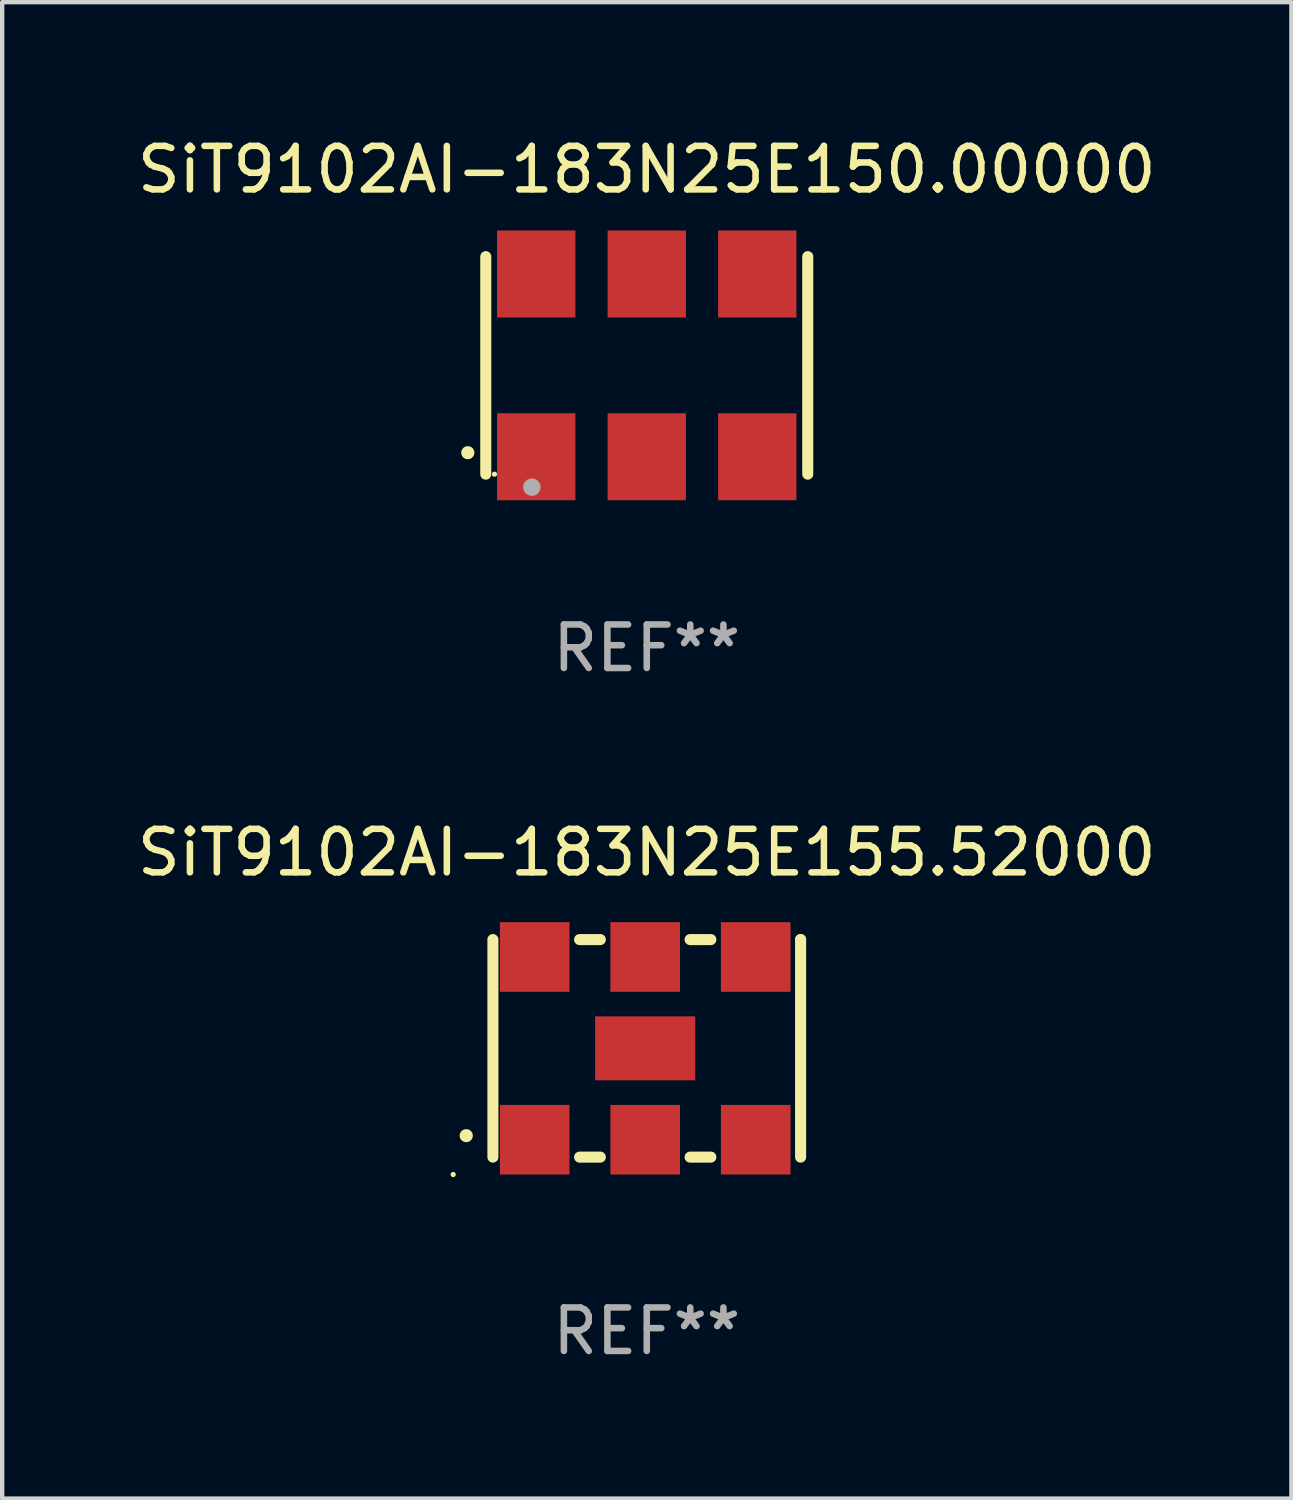
<source format=kicad_pcb>
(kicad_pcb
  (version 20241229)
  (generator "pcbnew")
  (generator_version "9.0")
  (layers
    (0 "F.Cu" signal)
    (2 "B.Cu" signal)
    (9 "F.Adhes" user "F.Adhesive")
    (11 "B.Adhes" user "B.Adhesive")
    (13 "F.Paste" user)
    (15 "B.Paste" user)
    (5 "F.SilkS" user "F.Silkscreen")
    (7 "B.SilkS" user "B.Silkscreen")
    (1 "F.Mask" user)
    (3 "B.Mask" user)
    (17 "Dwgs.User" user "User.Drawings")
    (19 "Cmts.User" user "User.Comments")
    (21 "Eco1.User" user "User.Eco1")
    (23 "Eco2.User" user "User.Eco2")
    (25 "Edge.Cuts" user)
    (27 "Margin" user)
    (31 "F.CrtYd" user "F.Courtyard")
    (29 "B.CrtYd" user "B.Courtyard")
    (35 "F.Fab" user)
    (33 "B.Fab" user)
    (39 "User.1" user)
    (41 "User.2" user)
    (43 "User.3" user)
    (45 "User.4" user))
  (footprint "SiT9102AI-183N25E155.52000"
    (layer "F.Cu")
    (at 11.815 21.045)
    (property "Reference" "SiT9102AI-183N25E155.52000" (at 0 -4.5 0) (layer "F.SilkS") (effects (font (size 1 1) (thickness 0.15))))
    (attr through_hole)
    (fp_line (start -3.536 -2.5) (end -3.536 2.5) (stroke (width 0.254) (type solid)) (layer "F.SilkS"))
    (fp_line (start -1.544 2.5) (end -1.067 2.5) (stroke (width 0.254) (type solid)) (layer "F.SilkS"))
    (fp_line (start -1.067 -2.5) (end -1.544 -2.5) (stroke (width 0.254) (type solid)) (layer "F.SilkS"))
    (fp_line (start 0.996 2.5) (end 1.473 2.5) (stroke (width 0.254) (type solid)) (layer "F.SilkS"))
    (fp_line (start 1.473 -2.5) (end 0.996 -2.5) (stroke (width 0.254) (type solid)) (layer "F.SilkS"))
    (fp_line (start 3.536 -2.5) (end 3.536 -2.5) (stroke (width 0.254) (type solid)) (layer "F.SilkS"))
    (fp_line (start 3.536 2.5) (end 3.536 -2.5) (stroke (width 0.254) (type solid)) (layer "F.SilkS"))
    (fp_arc (start -4.150432 2.006604) (mid -4.149162 2.006599) (end -4.147892 2.006604) (stroke (width 0.3) (type solid)) (layer "F.SilkS"))
    (fp_circle (center -4.449 2.9) (end -4.419 2.9) (stroke (width 0.06) (type solid)) (fill no) (layer "F.SilkS"))
    (fp_text user "REF**" (at 0 6.5 0) (layer "F.Fab") (effects (font (size 1 1) (thickness 0.15))))
    (pad "1" smd rect (at -2.576 2.1) (size 1.6 1.6) (layers "F.Cu" "F.Mask" "F.Paste"))
    (pad "2" smd rect (at -0.036 2.1) (size 1.6 1.6) (layers "F.Cu" "F.Mask" "F.Paste"))
    (pad "3" smd rect (at 2.504 2.1) (size 1.6 1.6) (layers "F.Cu" "F.Mask" "F.Paste"))
    (pad "4" smd rect (at 2.504 -2.1) (size 1.6 1.6) (layers "F.Cu" "F.Mask" "F.Paste"))
    (pad "5" smd rect (at -0.036 -2.1) (size 1.6 1.6) (layers "F.Cu" "F.Mask" "F.Paste"))
    (pad "6" smd rect (at -2.576 -2.1) (size 1.6 1.6) (layers "F.Cu" "F.Mask" "F.Paste"))
    (pad "7" smd rect (at -0.036 0) (size 2.3 1.47) (layers "F.Cu" "F.Mask" "F.Paste")))
  (footprint "SiT9102AI-183N25E150.00000"
    (layer "F.Cu")
    (at 11.815 5.348)
    (property "Reference" "SiT9102AI-183N25E150.00000" (at 0 -4.5 0) (layer "F.SilkS") (effects (font (size 1 1) (thickness 0.15))))
    (attr through_hole)
    (fp_line (start -3.7 -2.5) (end -3.7 2.5) (stroke (width 0.254) (type solid)) (layer "F.SilkS"))
    (fp_line (start 3.7 -2.5) (end 3.7 2.5) (stroke (width 0.254) (type solid)) (layer "F.SilkS"))
    (fp_arc (start -4.114415 2.006604) (mid -4.113145 2.006599) (end -4.111875 2.006604) (stroke (width 0.3) (type solid)) (layer "F.SilkS"))
    (fp_circle (center -3.5 2.501) (end -3.47 2.501) (stroke (width 0.06) (type solid)) (fill no) (layer "F.SilkS"))
    (fp_circle (center -2.641 2.799) (end -2.541 2.799) (stroke (width 0.2) (type solid)) (fill no) (layer "F.Fab"))
    (fp_text user "REF**" (at 0 6.5 0) (layer "F.Fab") (effects (font (size 1 1) (thickness 0.15))))
    (pad "1" smd rect (at -2.54 2.1) (size 1.8 2) (layers "F.Cu" "F.Mask" "F.Paste"))
    (pad "2" smd rect (at 0.000394 2.1) (size 1.8 2) (layers "F.Cu" "F.Mask" "F.Paste"))
    (pad "3" smd rect (at 2.54 2.1) (size 1.8 2) (layers "F.Cu" "F.Mask" "F.Paste"))
    (pad "4" smd rect (at 2.54 -2.1) (size 1.8 2) (layers "F.Cu" "F.Mask" "F.Paste"))
    (pad "5" smd rect (at 0.000394 -2.1) (size 1.8 2) (layers "F.Cu" "F.Mask" "F.Paste"))
    (pad "6" smd rect (at -2.54 -2.1) (size 1.8 2) (layers "F.Cu" "F.Mask" "F.Paste")))
  (gr_rect
    (start -3 -3)
    (end 26.631 31.393)
    (stroke (width 0.1) (type default))
    (fill no)
    (layer "Edge.Cuts")))
</source>
